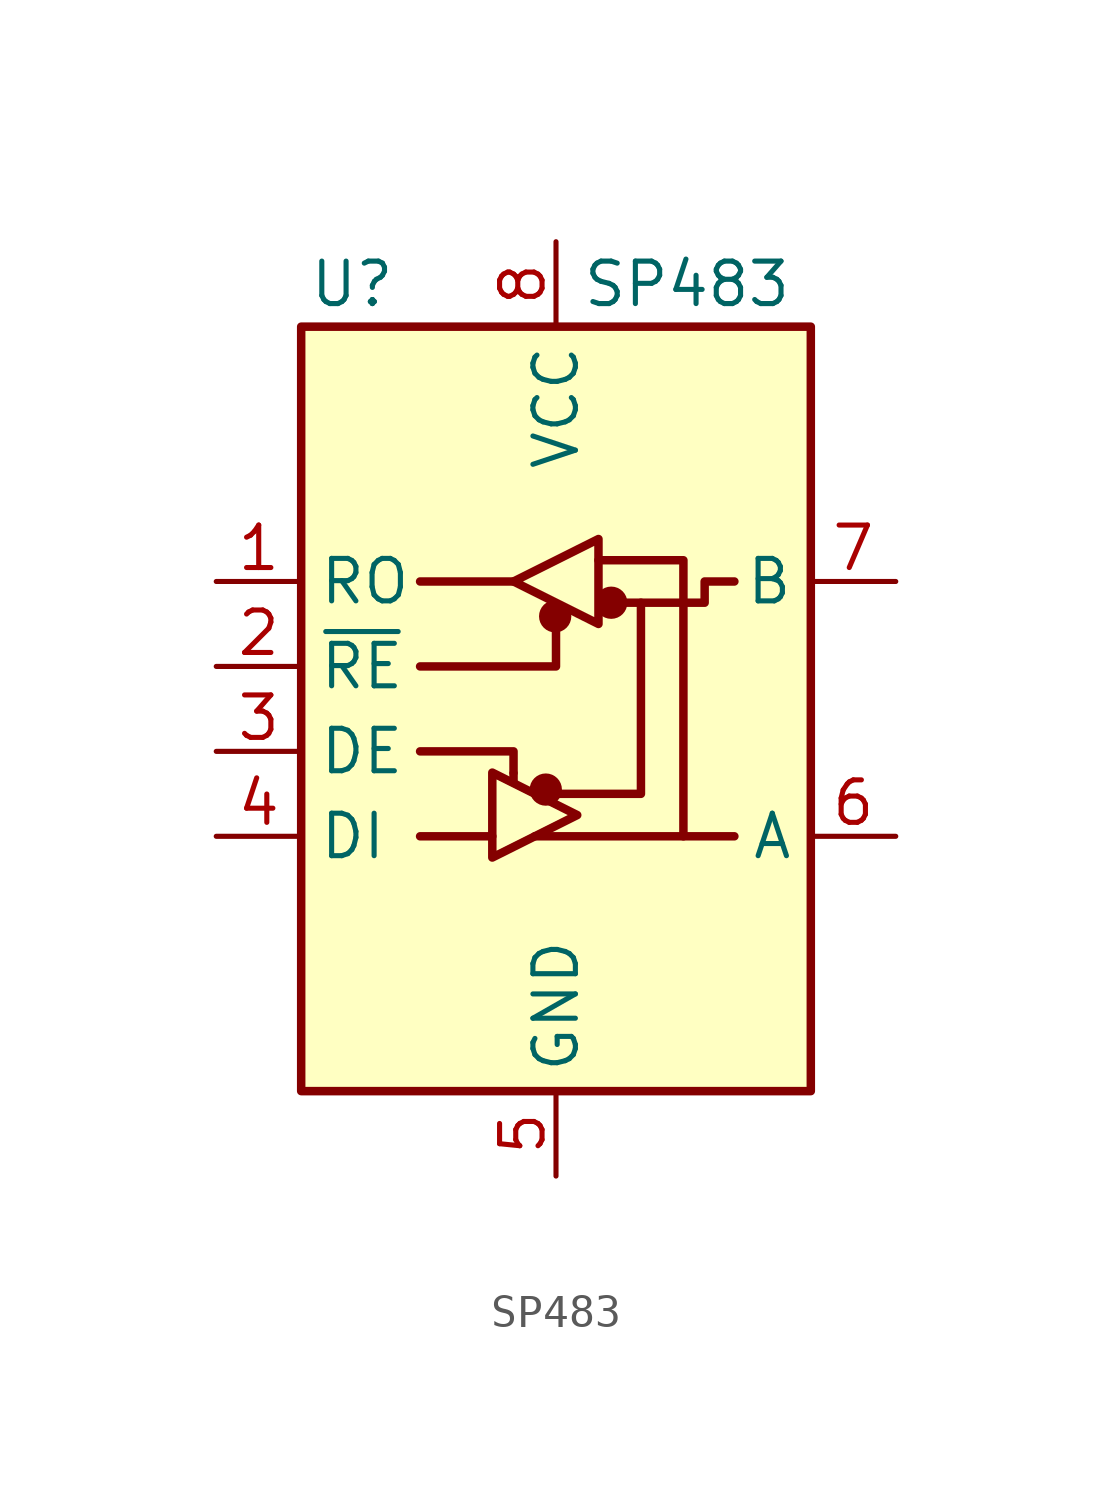
<source format=kicad_sym>
(kicad_symbol_lib
  (version 20220914)
  (generator kicad_symbol_editor)
  (symbol "SP483"
    (property "Reference" "U"
      (at -6.096 11.43 0)
      (effects (font (size 1.27 1.27))))
    (property "Value" "SP483"
      (at 0.762 11.43 0)
      (effects (font (size 1.27 1.27)) (justify left)))
    (symbol "SP483_0_1"
      (rectangle (start -7.62 10.16) (end 7.62 -12.7) (stroke (width 0.254) (type default)) (fill (type background)))
      (circle (center -0.305 -3.683) (radius 0.356) (stroke (width 0.254) (type default)) (fill (type outline)))
      (circle (center -0.025 1.499) (radius 0.356) (stroke (width 0.254) (type default)) (fill (type outline)))
      (polyline (pts (xy -4.064 -5.08) (xy -1.905 -5.08)) (stroke (width 0.254) (type default)) (fill (type none)))
      (polyline (pts (xy -4.064 2.54) (xy -1.27 2.54)) (stroke (width 0.254) (type default)) (fill (type none)))
      (polyline (pts (xy -1.27 -3.2) (xy -1.27 -3.454)) (stroke (width 0.254) (type default)) (fill (type none)))
      (polyline (pts (xy -0.635 -5.08) (xy 5.334 -5.08)) (stroke (width 0.254) (type default)) (fill (type none)))
      (polyline (pts (xy -4.064 -2.54) (xy -1.27 -2.54) (xy -1.27 -3.175)) (stroke (width 0.254) (type default)) (fill (type none)))
      (polyline (pts (xy 0 1.27) (xy 0 0) (xy -4.064 0)) (stroke (width 0.254) (type default)) (fill (type none)))
      (polyline (pts (xy 1.27 3.175) (xy 3.81 3.175) (xy 3.81 -5.08)) (stroke (width 0.254) (type default)) (fill (type none)))
      (polyline (pts (xy 2.54 1.905) (xy 2.54 -3.81) (xy 0 -3.81)) (stroke (width 0.254) (type default)) (fill (type none)))
      (polyline (pts (xy -1.905 -3.175) (xy -1.905 -5.715) (xy 0.635 -4.445) (xy -1.905 -3.175)) (stroke (width 0.254) (type default)) (fill (type none)))
      (polyline (pts (xy -1.27 2.54) (xy 1.27 3.81) (xy 1.27 1.27) (xy -1.27 2.54)) (stroke (width 0.254) (type default)) (fill (type none)))
      (polyline (pts (xy 1.905 1.905) (xy 4.445 1.905) (xy 4.445 2.54) (xy 5.334 2.54)) (stroke (width 0.254) (type default)) (fill (type none)))
      (rectangle (start 1.27 3.175) (end 1.27 3.175) (stroke (width 0) (type default)) (fill (type none)))
      (circle (center 1.651 1.905) (radius 0.356) (stroke (width 0.254) (type default)) (fill (type outline))))
    (symbol "SP483_1_1"
      (pin output line (at -10.16 2.54 0) (length 2.54) (name "RO" (effects (font (size 1.27 1.27)))) (number "1" (effects (font (size 1.27 1.27)))))
      (pin input line (at -10.16 0 0) (length 2.54) (name "~{RE}" (effects (font (size 1.27 1.27)))) (number "2" (effects (font (size 1.27 1.27)))))
      (pin input line (at -10.16 -2.54 0) (length 2.54) (name "DE" (effects (font (size 1.27 1.27)))) (number "3" (effects (font (size 1.27 1.27)))))
      (pin input line (at -10.16 -5.08 0) (length 2.54) (name "DI" (effects (font (size 1.27 1.27)))) (number "4" (effects (font (size 1.27 1.27)))))
      (pin power_in line (at 0 -15.24 90) (length 2.54) (name "GND" (effects (font (size 1.27 1.27)))) (number "5" (effects (font (size 1.27 1.27)))))
      (pin bidirectional line (at 10.16 -5.08 180) (length 2.54) (name "A" (effects (font (size 1.27 1.27)))) (number "6" (effects (font (size 1.27 1.27)))))
      (pin bidirectional line (at 10.16 2.54 180) (length 2.54) (name "B" (effects (font (size 1.27 1.27)))) (number "7" (effects (font (size 1.27 1.27)))))
      (pin power_in line (at 0 12.7 270) (length 2.54) (name "VCC" (effects (font (size 1.27 1.27)))) (number "8" (effects (font (size 1.27 1.27))))))))
</source>
